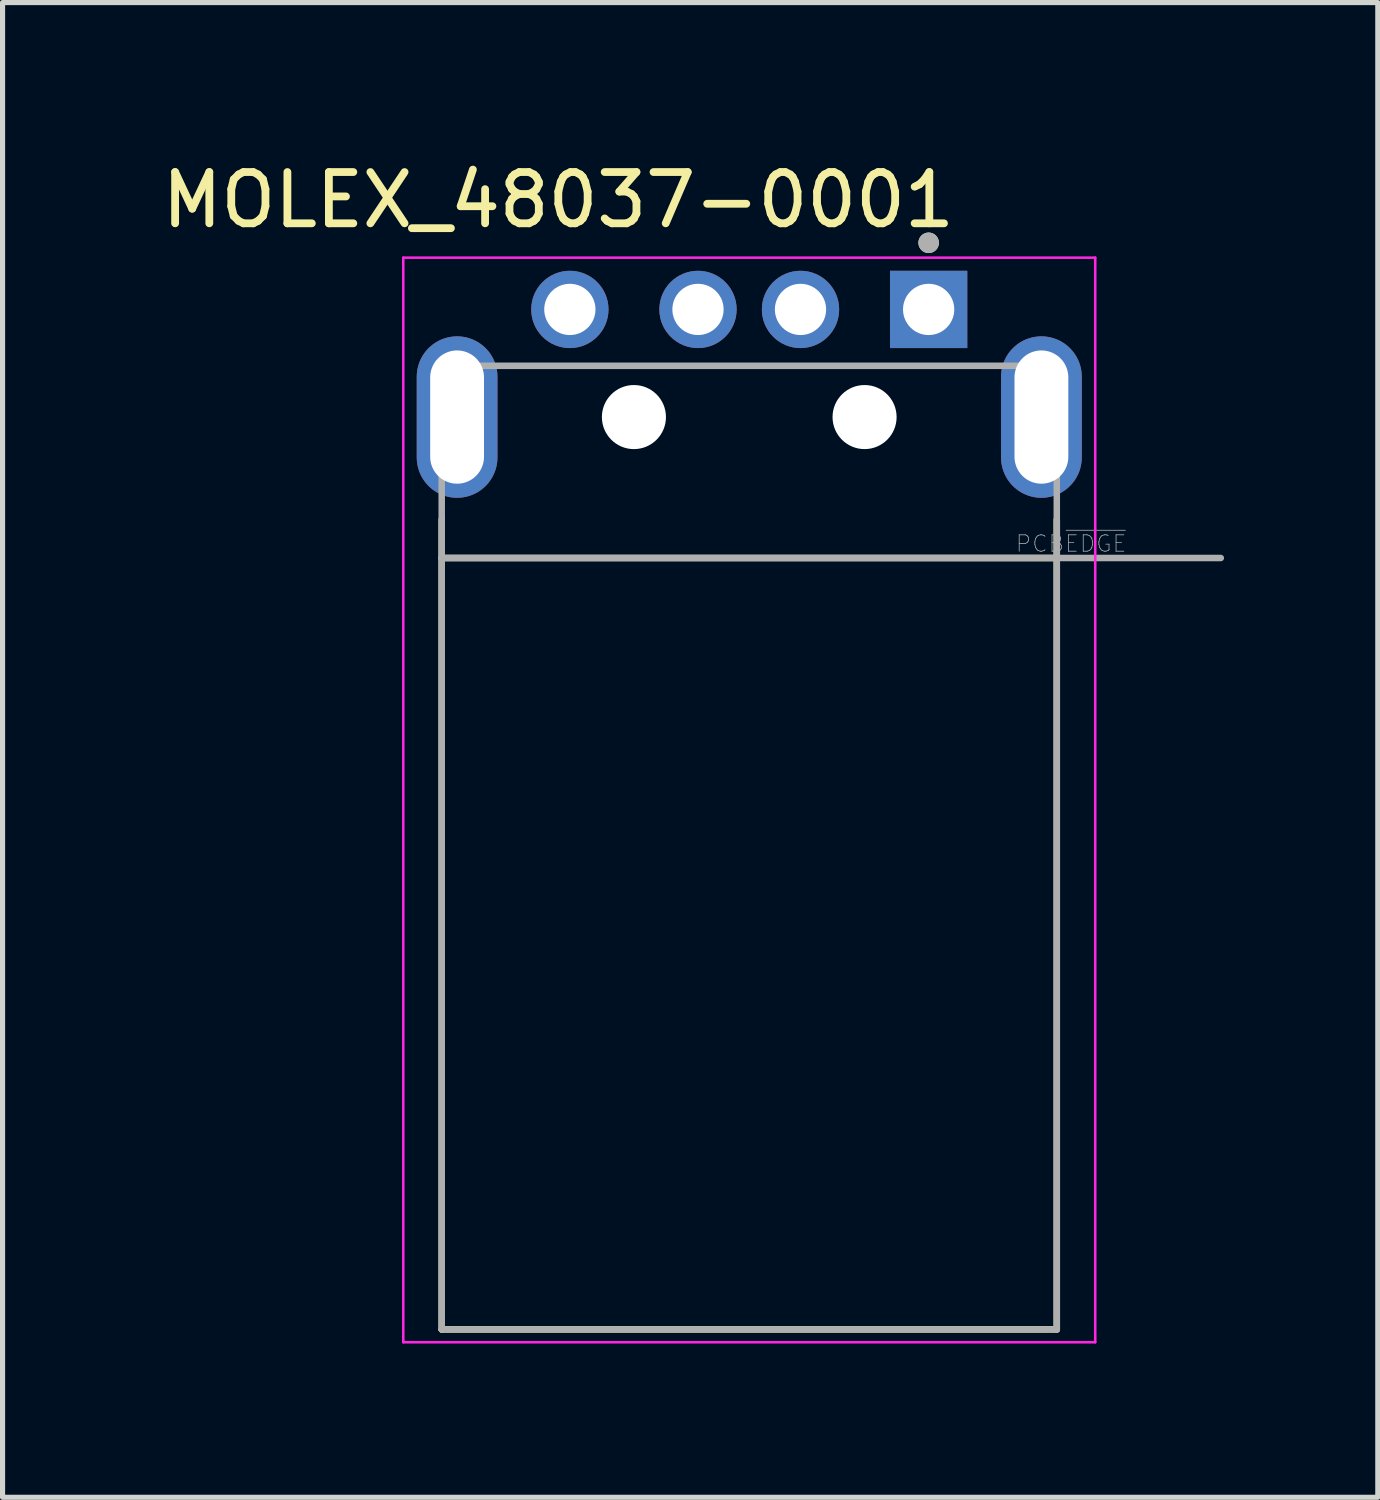
<source format=kicad_pcb>
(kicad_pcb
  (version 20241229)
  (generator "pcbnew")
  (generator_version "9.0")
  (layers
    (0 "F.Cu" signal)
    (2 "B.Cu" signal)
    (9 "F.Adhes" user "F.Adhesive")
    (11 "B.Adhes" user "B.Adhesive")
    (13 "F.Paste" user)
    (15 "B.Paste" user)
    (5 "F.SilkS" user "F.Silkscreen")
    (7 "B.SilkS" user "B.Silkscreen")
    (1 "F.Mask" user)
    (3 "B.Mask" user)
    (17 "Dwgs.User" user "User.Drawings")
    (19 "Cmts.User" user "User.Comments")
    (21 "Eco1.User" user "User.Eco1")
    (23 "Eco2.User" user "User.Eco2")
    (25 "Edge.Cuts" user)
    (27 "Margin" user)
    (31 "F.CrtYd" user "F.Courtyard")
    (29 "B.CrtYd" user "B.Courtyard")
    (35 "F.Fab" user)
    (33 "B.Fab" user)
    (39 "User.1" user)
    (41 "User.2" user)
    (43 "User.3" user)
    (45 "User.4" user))
  (footprint "MOLEX_48037-0001"
    (layer "F.Cu")
    (at 11.568 5.087)
    (property "Reference" "MOLEX_48037-0001" (at -3.725 -4.235 0) (layer "F.SilkS") (effects (font (size 1 1) (thickness 0.152))))
    (attr through_hole)
    (fp_line (start -6 2) (end -6 2.75) (stroke (width 0.127) (type solid)) (layer "F.SilkS"))
    (fp_line (start -6 2.75) (end -6 17.8) (stroke (width 0.127) (type solid)) (layer "F.SilkS"))
    (fp_line (start -6 2.75) (end 6 2.75) (stroke (width 0.127) (type solid)) (layer "F.SilkS"))
    (fp_line (start -6 17.8) (end 6 17.8) (stroke (width 0.127) (type solid)) (layer "F.SilkS"))
    (fp_line (start 6 2.75) (end 6 2) (stroke (width 0.127) (type solid)) (layer "F.SilkS"))
    (fp_line (start 6 17.8) (end 6 2.75) (stroke (width 0.127) (type solid)) (layer "F.SilkS"))
    (fp_circle (center 3.5 -3.4) (end 3.6 -3.4) (stroke (width 0.2) (type solid)) (fill no) (layer "F.SilkS"))
    (fp_line (start -6.75 -3.11) (end -6.75 18.05) (stroke (width 0.05) (type solid)) (layer "F.CrtYd"))
    (fp_line (start -6.75 18.05) (end 6.75 18.05) (stroke (width 0.05) (type solid)) (layer "F.CrtYd"))
    (fp_line (start 6.75 -3.11) (end -6.75 -3.11) (stroke (width 0.05) (type solid)) (layer "F.CrtYd"))
    (fp_line (start 6.75 18.05) (end 6.75 -3.11) (stroke (width 0.05) (type solid)) (layer "F.CrtYd"))
    (fp_line (start -6 -1) (end -6 2.75) (stroke (width 0.127) (type solid)) (layer "F.Fab"))
    (fp_line (start -6 2.75) (end -6 17.8) (stroke (width 0.127) (type solid)) (layer "F.Fab"))
    (fp_line (start -6 2.75) (end 6 2.75) (stroke (width 0.127) (type solid)) (layer "F.Fab"))
    (fp_line (start -6 17.8) (end 6 17.8) (stroke (width 0.127) (type solid)) (layer "F.Fab"))
    (fp_line (start 6 -1) (end -6 -1) (stroke (width 0.127) (type solid)) (layer "F.Fab"))
    (fp_line (start 6 2.75) (end 6 -1) (stroke (width 0.127) (type solid)) (layer "F.Fab"))
    (fp_line (start 6 2.75) (end 9.2 2.75) (stroke (width 0.127) (type solid)) (layer "F.Fab"))
    (fp_line (start 6 17.8) (end 6 2.75) (stroke (width 0.127) (type solid)) (layer "F.Fab"))
    (fp_circle (center 3.5 -3.4) (end 3.6 -3.4) (stroke (width 0.2) (type solid)) (fill no) (layer "F.Fab"))
    (fp_text user "PCB~{EDGE}" (at 6.28 2.47 0) (layer "F.Fab") (effects (font (size 0.32 0.32) (thickness 0.015))))
    (pad "" np_thru_hole circle (at -2.25 0) (size 1.25 1.25) (drill 1.25) (layers "*.Cu" "*.Mask"))
    (pad "" np_thru_hole circle (at 2.25 0) (size 1.25 1.25) (drill 1.25) (layers "*.Cu" "*.Mask"))
    (pad "1" thru_hole rect (at 3.5 -2.1) (size 1.508 1.508) (drill 1) (layers "*.Cu" "*.Mask"))
    (pad "2" thru_hole circle (at 1 -2.1) (size 1.508 1.508) (drill 1) (layers "*.Cu" "*.Mask"))
    (pad "3" thru_hole circle (at -1 -2.1) (size 1.508 1.508) (drill 1) (layers "*.Cu" "*.Mask"))
    (pad "4" thru_hole circle (at -3.5 -2.1) (size 1.508 1.508) (drill 1) (layers "*.Cu" "*.Mask"))
    (pad "S1" thru_hole oval (at 5.7 0) (size 1.575 3.15) (drill oval 1.05 2.6) (layers "*.Cu" "*.Mask"))
    (pad "S2" thru_hole oval (at -5.7 0) (size 1.575 3.15) (drill oval 1.05 2.6) (layers "*.Cu" "*.Mask")))
  (gr_rect
    (start -3 -3)
    (end 23.831 26.162)
    (stroke (width 0.1) (type default))
    (fill no)
    (layer "Edge.Cuts")))
</source>
